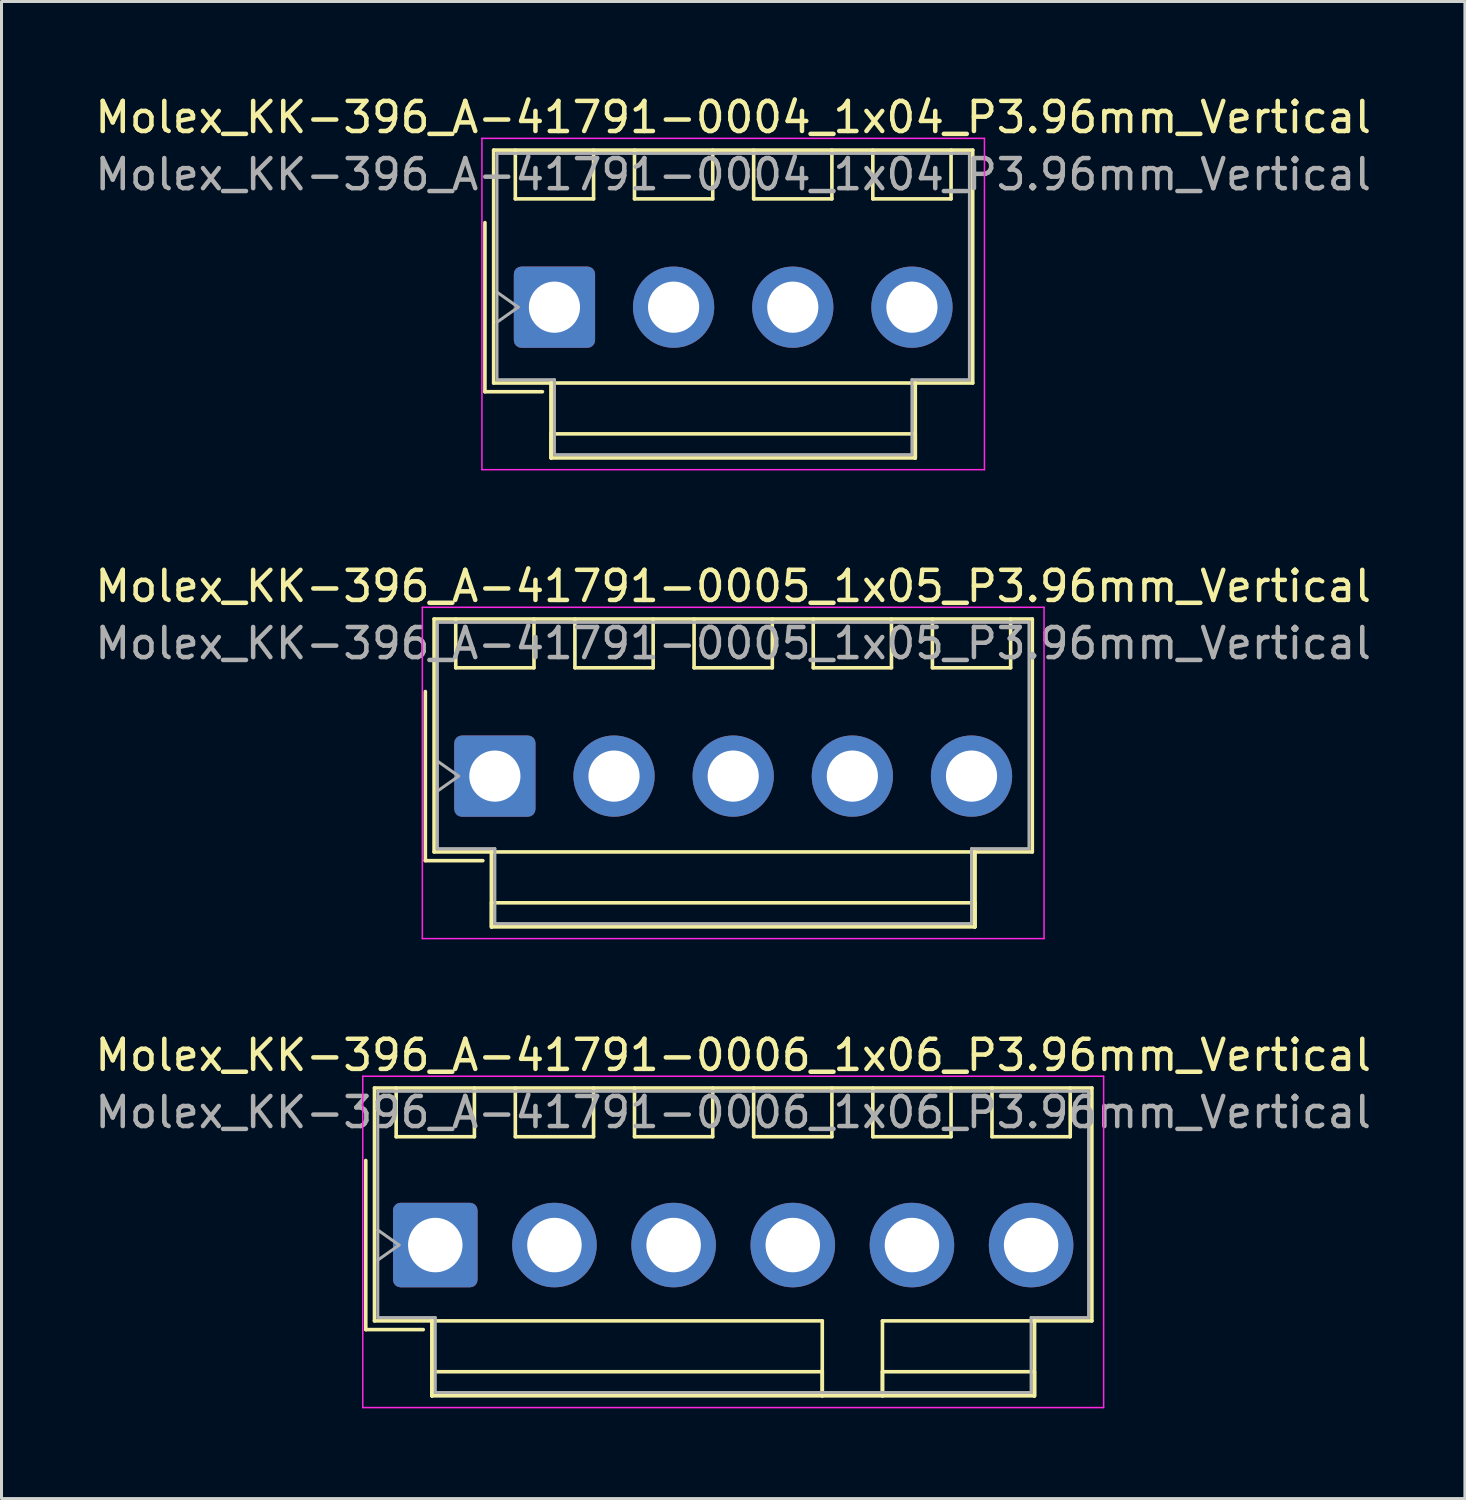
<source format=kicad_pcb>
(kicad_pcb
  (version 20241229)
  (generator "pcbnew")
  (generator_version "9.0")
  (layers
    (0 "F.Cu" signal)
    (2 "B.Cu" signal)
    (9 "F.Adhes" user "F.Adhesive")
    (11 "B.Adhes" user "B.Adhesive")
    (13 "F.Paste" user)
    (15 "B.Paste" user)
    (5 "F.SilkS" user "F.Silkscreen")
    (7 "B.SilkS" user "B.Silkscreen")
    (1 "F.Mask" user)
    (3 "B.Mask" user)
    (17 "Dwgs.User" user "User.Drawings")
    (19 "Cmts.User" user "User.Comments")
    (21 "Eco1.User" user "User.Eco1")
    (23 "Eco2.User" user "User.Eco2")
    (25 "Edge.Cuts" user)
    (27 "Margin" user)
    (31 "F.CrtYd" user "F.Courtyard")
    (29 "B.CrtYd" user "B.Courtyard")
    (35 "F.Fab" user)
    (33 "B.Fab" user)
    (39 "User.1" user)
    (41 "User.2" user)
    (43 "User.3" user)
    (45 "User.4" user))
  (footprint "Molex_KK-396_A-41791-0006_1x06_P3.96mm_Vertical"
    (layer "F.Cu")
    (at 11.415 38.325)
    (property "Reference" "Molex_KK-396_A-41791-0006_1x06_P3.96mm_Vertical" (at 9.9 -6.31 0) (layer "F.SilkS") (effects (font (size 1 1) (thickness 0.15))))
    (attr through_hole)
    (fp_line (start -2.31 -2.81) (end -2.31 2.81) (stroke (width 0.12) (type solid)) (layer "F.SilkS"))
    (fp_line (start -2.31 2.81) (end -0.4 2.81) (stroke (width 0.12) (type solid)) (layer "F.SilkS"))
    (fp_line (start -2.02 -5.22) (end 21.82 -5.22) (stroke (width 0.12) (type solid)) (layer "F.SilkS"))
    (fp_line (start -2.02 2.52) (end -2.02 -5.22) (stroke (width 0.12) (type solid)) (layer "F.SilkS"))
    (fp_line (start -1.3 -5.22) (end -1.3 -3.6) (stroke (width 0.12) (type solid)) (layer "F.SilkS"))
    (fp_line (start -1.3 -3.6) (end 1.3 -3.6) (stroke (width 0.12) (type solid)) (layer "F.SilkS"))
    (fp_line (start -0.11 2.52) (end -2.02 2.52) (stroke (width 0.12) (type solid)) (layer "F.SilkS"))
    (fp_line (start -0.11 2.52) (end 12.86 2.52) (stroke (width 0.12) (type solid)) (layer "F.SilkS"))
    (fp_line (start -0.11 4.21) (end 12.86 4.21) (stroke (width 0.12) (type solid)) (layer "F.SilkS"))
    (fp_line (start -0.11 5.01) (end -0.11 2.52) (stroke (width 0.12) (type solid)) (layer "F.SilkS"))
    (fp_line (start -0.11 5.01) (end -0.11 2.52) (stroke (width 0.12) (type solid)) (layer "F.SilkS"))
    (fp_line (start -0.11 5.01) (end -0.11 4.21) (stroke (width 0.12) (type solid)) (layer "F.SilkS"))
    (fp_line (start 1.3 -3.6) (end 1.3 -5.22) (stroke (width 0.12) (type solid)) (layer "F.SilkS"))
    (fp_line (start 2.66 -5.22) (end 2.66 -3.6) (stroke (width 0.12) (type solid)) (layer "F.SilkS"))
    (fp_line (start 2.66 -3.6) (end 5.26 -3.6) (stroke (width 0.12) (type solid)) (layer "F.SilkS"))
    (fp_line (start 5.26 -3.6) (end 5.26 -5.22) (stroke (width 0.12) (type solid)) (layer "F.SilkS"))
    (fp_line (start 6.62 -5.22) (end 6.62 -3.6) (stroke (width 0.12) (type solid)) (layer "F.SilkS"))
    (fp_line (start 6.62 -3.6) (end 9.22 -3.6) (stroke (width 0.12) (type solid)) (layer "F.SilkS"))
    (fp_line (start 9.22 -3.6) (end 9.22 -5.22) (stroke (width 0.12) (type solid)) (layer "F.SilkS"))
    (fp_line (start 10.58 -5.22) (end 10.58 -3.6) (stroke (width 0.12) (type solid)) (layer "F.SilkS"))
    (fp_line (start 10.58 -3.6) (end 13.18 -3.6) (stroke (width 0.12) (type solid)) (layer "F.SilkS"))
    (fp_line (start 12.86 2.52) (end 12.86 5.01) (stroke (width 0.12) (type solid)) (layer "F.SilkS"))
    (fp_line (start 12.86 4.21) (end 12.86 5.01) (stroke (width 0.12) (type solid)) (layer "F.SilkS"))
    (fp_line (start 13.18 -3.6) (end 13.18 -5.22) (stroke (width 0.12) (type solid)) (layer "F.SilkS"))
    (fp_line (start 14.54 -5.22) (end 14.54 -3.6) (stroke (width 0.12) (type solid)) (layer "F.SilkS"))
    (fp_line (start 14.54 -3.6) (end 17.14 -3.6) (stroke (width 0.12) (type solid)) (layer "F.SilkS"))
    (fp_line (start 14.86 2.52) (end 14.86 5.01) (stroke (width 0.12) (type solid)) (layer "F.SilkS"))
    (fp_line (start 14.86 4.21) (end 14.86 5.01) (stroke (width 0.12) (type solid)) (layer "F.SilkS"))
    (fp_line (start 17.14 -3.6) (end 17.14 -5.22) (stroke (width 0.12) (type solid)) (layer "F.SilkS"))
    (fp_line (start 18.5 -5.22) (end 18.5 -3.6) (stroke (width 0.12) (type solid)) (layer "F.SilkS"))
    (fp_line (start 18.5 -3.6) (end 21.1 -3.6) (stroke (width 0.12) (type solid)) (layer "F.SilkS"))
    (fp_line (start 19.91 2.52) (end 14.86 2.52) (stroke (width 0.12) (type solid)) (layer "F.SilkS"))
    (fp_line (start 19.91 2.52) (end 19.91 5.01) (stroke (width 0.12) (type solid)) (layer "F.SilkS"))
    (fp_line (start 19.91 4.21) (end 14.86 4.21) (stroke (width 0.12) (type solid)) (layer "F.SilkS"))
    (fp_line (start 19.91 5.01) (end -0.11 5.01) (stroke (width 0.12) (type solid)) (layer "F.SilkS"))
    (fp_line (start 19.91 5.01) (end 19.91 2.52) (stroke (width 0.12) (type solid)) (layer "F.SilkS"))
    (fp_line (start 19.91 5.01) (end 19.91 4.21) (stroke (width 0.12) (type solid)) (layer "F.SilkS"))
    (fp_line (start 21.1 -3.6) (end 21.1 -5.22) (stroke (width 0.12) (type solid)) (layer "F.SilkS"))
    (fp_line (start 21.82 -5.22) (end 21.82 2.52) (stroke (width 0.12) (type solid)) (layer "F.SilkS"))
    (fp_line (start 21.82 2.52) (end 19.91 2.52) (stroke (width 0.12) (type solid)) (layer "F.SilkS"))
    (fp_line (start -2.41 -5.61) (end -2.41 5.4) (stroke (width 0.05) (type solid)) (layer "F.CrtYd"))
    (fp_line (start -2.41 5.4) (end 22.21 5.4) (stroke (width 0.05) (type solid)) (layer "F.CrtYd"))
    (fp_line (start 22.21 -5.61) (end -2.41 -5.61) (stroke (width 0.05) (type solid)) (layer "F.CrtYd"))
    (fp_line (start 22.21 5.4) (end 22.21 -5.61) (stroke (width 0.05) (type solid)) (layer "F.CrtYd"))
    (fp_line (start -1.91 -5.11) (end 21.71 -5.11) (stroke (width 0.1) (type solid)) (layer "F.Fab"))
    (fp_line (start -1.91 -0.5) (end -1.203 0) (stroke (width 0.1) (type solid)) (layer "F.Fab"))
    (fp_line (start -1.91 2.41) (end -1.91 -5.11) (stroke (width 0.1) (type solid)) (layer "F.Fab"))
    (fp_line (start -1.203 0) (end -1.91 0.5) (stroke (width 0.1) (type solid)) (layer "F.Fab"))
    (fp_line (start 0 2.41) (end -1.91 2.41) (stroke (width 0.1) (type solid)) (layer "F.Fab"))
    (fp_line (start 0 4.9) (end 0 2.41) (stroke (width 0.1) (type solid)) (layer "F.Fab"))
    (fp_line (start 19.8 2.41) (end 19.8 4.9) (stroke (width 0.1) (type solid)) (layer "F.Fab"))
    (fp_line (start 19.8 4.9) (end 0 4.9) (stroke (width 0.1) (type solid)) (layer "F.Fab"))
    (fp_line (start 21.71 -5.11) (end 21.71 2.41) (stroke (width 0.1) (type solid)) (layer "F.Fab"))
    (fp_line (start 21.71 2.41) (end 19.8 2.41) (stroke (width 0.1) (type solid)) (layer "F.Fab"))
    (fp_text user "${REFERENCE}" (at 9.9 -4.41 0) (layer "F.Fab") (effects (font (size 1 1) (thickness 0.15))))
    (pad "1" thru_hole roundrect (at 0 0) (size 2.81 2.81) (drill 1.81) (layers "*.Cu" "*.Mask") (roundrect_rratio 0.089))
    (pad "2" thru_hole circle (at 3.96 0) (size 2.81 2.81) (drill 1.81) (layers "*.Cu" "*.Mask"))
    (pad "3" thru_hole circle (at 7.92 0) (size 2.81 2.81) (drill 1.81) (layers "*.Cu" "*.Mask"))
    (pad "4" thru_hole circle (at 11.88 0) (size 2.81 2.81) (drill 1.81) (layers "*.Cu" "*.Mask"))
    (pad "5" thru_hole circle (at 15.84 0) (size 2.81 2.81) (drill 1.81) (layers "*.Cu" "*.Mask"))
    (pad "6" thru_hole circle (at 19.8 0) (size 2.81 2.81) (drill 1.81) (layers "*.Cu" "*.Mask")))
  (footprint "Molex_KK-396_A-41791-0004_1x04_P3.96mm_Vertical"
    (layer "F.Cu")
    (at 15.375 7.158)
    (property "Reference" "Molex_KK-396_A-41791-0004_1x04_P3.96mm_Vertical" (at 5.94 -6.31 0) (layer "F.SilkS") (effects (font (size 1 1) (thickness 0.15))))
    (attr through_hole)
    (fp_line (start -2.31 -2.81) (end -2.31 2.81) (stroke (width 0.12) (type solid)) (layer "F.SilkS"))
    (fp_line (start -2.31 2.81) (end -0.4 2.81) (stroke (width 0.12) (type solid)) (layer "F.SilkS"))
    (fp_line (start -2.02 -5.22) (end 13.9 -5.22) (stroke (width 0.12) (type solid)) (layer "F.SilkS"))
    (fp_line (start -2.02 2.52) (end -2.02 -5.22) (stroke (width 0.12) (type solid)) (layer "F.SilkS"))
    (fp_line (start -1.3 -5.22) (end -1.3 -3.6) (stroke (width 0.12) (type solid)) (layer "F.SilkS"))
    (fp_line (start -1.3 -3.6) (end 1.3 -3.6) (stroke (width 0.12) (type solid)) (layer "F.SilkS"))
    (fp_line (start -0.11 2.52) (end -2.02 2.52) (stroke (width 0.12) (type solid)) (layer "F.SilkS"))
    (fp_line (start -0.11 2.52) (end 11.99 2.52) (stroke (width 0.12) (type solid)) (layer "F.SilkS"))
    (fp_line (start -0.11 4.21) (end 11.99 4.21) (stroke (width 0.12) (type solid)) (layer "F.SilkS"))
    (fp_line (start -0.11 5.01) (end -0.11 2.52) (stroke (width 0.12) (type solid)) (layer "F.SilkS"))
    (fp_line (start -0.11 5.01) (end -0.11 2.52) (stroke (width 0.12) (type solid)) (layer "F.SilkS"))
    (fp_line (start -0.11 5.01) (end -0.11 4.21) (stroke (width 0.12) (type solid)) (layer "F.SilkS"))
    (fp_line (start 1.3 -3.6) (end 1.3 -5.22) (stroke (width 0.12) (type solid)) (layer "F.SilkS"))
    (fp_line (start 2.66 -5.22) (end 2.66 -3.6) (stroke (width 0.12) (type solid)) (layer "F.SilkS"))
    (fp_line (start 2.66 -3.6) (end 5.26 -3.6) (stroke (width 0.12) (type solid)) (layer "F.SilkS"))
    (fp_line (start 5.26 -3.6) (end 5.26 -5.22) (stroke (width 0.12) (type solid)) (layer "F.SilkS"))
    (fp_line (start 6.62 -5.22) (end 6.62 -3.6) (stroke (width 0.12) (type solid)) (layer "F.SilkS"))
    (fp_line (start 6.62 -3.6) (end 9.22 -3.6) (stroke (width 0.12) (type solid)) (layer "F.SilkS"))
    (fp_line (start 9.22 -3.6) (end 9.22 -5.22) (stroke (width 0.12) (type solid)) (layer "F.SilkS"))
    (fp_line (start 10.58 -5.22) (end 10.58 -3.6) (stroke (width 0.12) (type solid)) (layer "F.SilkS"))
    (fp_line (start 10.58 -3.6) (end 13.18 -3.6) (stroke (width 0.12) (type solid)) (layer "F.SilkS"))
    (fp_line (start 11.99 2.52) (end 11.99 5.01) (stroke (width 0.12) (type solid)) (layer "F.SilkS"))
    (fp_line (start 11.99 2.52) (end 11.99 5.01) (stroke (width 0.12) (type solid)) (layer "F.SilkS"))
    (fp_line (start 11.99 4.21) (end 11.99 5.01) (stroke (width 0.12) (type solid)) (layer "F.SilkS"))
    (fp_line (start 11.99 5.01) (end -0.11 5.01) (stroke (width 0.12) (type solid)) (layer "F.SilkS"))
    (fp_line (start 13.18 -3.6) (end 13.18 -5.22) (stroke (width 0.12) (type solid)) (layer "F.SilkS"))
    (fp_line (start 13.9 -5.22) (end 13.9 2.52) (stroke (width 0.12) (type solid)) (layer "F.SilkS"))
    (fp_line (start 13.9 2.52) (end 11.99 2.52) (stroke (width 0.12) (type solid)) (layer "F.SilkS"))
    (fp_line (start -2.41 -5.61) (end -2.41 5.4) (stroke (width 0.05) (type solid)) (layer "F.CrtYd"))
    (fp_line (start -2.41 5.4) (end 14.29 5.4) (stroke (width 0.05) (type solid)) (layer "F.CrtYd"))
    (fp_line (start 14.29 -5.61) (end -2.41 -5.61) (stroke (width 0.05) (type solid)) (layer "F.CrtYd"))
    (fp_line (start 14.29 5.4) (end 14.29 -5.61) (stroke (width 0.05) (type solid)) (layer "F.CrtYd"))
    (fp_line (start -1.91 -5.11) (end 13.79 -5.11) (stroke (width 0.1) (type solid)) (layer "F.Fab"))
    (fp_line (start -1.91 -0.5) (end -1.203 0) (stroke (width 0.1) (type solid)) (layer "F.Fab"))
    (fp_line (start -1.91 2.41) (end -1.91 -5.11) (stroke (width 0.1) (type solid)) (layer "F.Fab"))
    (fp_line (start -1.203 0) (end -1.91 0.5) (stroke (width 0.1) (type solid)) (layer "F.Fab"))
    (fp_line (start 0 2.41) (end -1.91 2.41) (stroke (width 0.1) (type solid)) (layer "F.Fab"))
    (fp_line (start 0 4.9) (end 0 2.41) (stroke (width 0.1) (type solid)) (layer "F.Fab"))
    (fp_line (start 11.88 2.41) (end 11.88 4.9) (stroke (width 0.1) (type solid)) (layer "F.Fab"))
    (fp_line (start 11.88 4.9) (end 0 4.9) (stroke (width 0.1) (type solid)) (layer "F.Fab"))
    (fp_line (start 13.79 -5.11) (end 13.79 2.41) (stroke (width 0.1) (type solid)) (layer "F.Fab"))
    (fp_line (start 13.79 2.41) (end 11.88 2.41) (stroke (width 0.1) (type solid)) (layer "F.Fab"))
    (fp_text user "${REFERENCE}" (at 5.94 -4.41 0) (layer "F.Fab") (effects (font (size 1 1) (thickness 0.15))))
    (pad "1" thru_hole roundrect (at 0 0) (size 2.7 2.7) (drill 1.7) (layers "*.Cu" "*.Mask") (roundrect_rratio 0.093))
    (pad "2" thru_hole circle (at 3.96 0) (size 2.7 2.7) (drill 1.7) (layers "*.Cu" "*.Mask"))
    (pad "3" thru_hole circle (at 7.92 0) (size 2.7 2.7) (drill 1.7) (layers "*.Cu" "*.Mask"))
    (pad "4" thru_hole circle (at 11.88 0) (size 2.7 2.7) (drill 1.7) (layers "*.Cu" "*.Mask")))
  (footprint "Molex_KK-396_A-41791-0005_1x05_P3.96mm_Vertical"
    (layer "F.Cu")
    (at 13.395 22.741)
    (property "Reference" "Molex_KK-396_A-41791-0005_1x05_P3.96mm_Vertical" (at 7.92 -6.31 0) (layer "F.SilkS") (effects (font (size 1 1) (thickness 0.15))))
    (attr through_hole)
    (fp_line (start -2.31 -2.81) (end -2.31 2.81) (stroke (width 0.12) (type solid)) (layer "F.SilkS"))
    (fp_line (start -2.31 2.81) (end -0.4 2.81) (stroke (width 0.12) (type solid)) (layer "F.SilkS"))
    (fp_line (start -2.02 -5.22) (end 17.86 -5.22) (stroke (width 0.12) (type solid)) (layer "F.SilkS"))
    (fp_line (start -2.02 2.52) (end -2.02 -5.22) (stroke (width 0.12) (type solid)) (layer "F.SilkS"))
    (fp_line (start -1.3 -5.22) (end -1.3 -3.6) (stroke (width 0.12) (type solid)) (layer "F.SilkS"))
    (fp_line (start -1.3 -3.6) (end 1.3 -3.6) (stroke (width 0.12) (type solid)) (layer "F.SilkS"))
    (fp_line (start -0.11 2.52) (end -2.02 2.52) (stroke (width 0.12) (type solid)) (layer "F.SilkS"))
    (fp_line (start -0.11 2.52) (end 15.95 2.52) (stroke (width 0.12) (type solid)) (layer "F.SilkS"))
    (fp_line (start -0.11 4.21) (end 15.95 4.21) (stroke (width 0.12) (type solid)) (layer "F.SilkS"))
    (fp_line (start -0.11 5.01) (end -0.11 2.52) (stroke (width 0.12) (type solid)) (layer "F.SilkS"))
    (fp_line (start -0.11 5.01) (end -0.11 2.52) (stroke (width 0.12) (type solid)) (layer "F.SilkS"))
    (fp_line (start -0.11 5.01) (end -0.11 4.21) (stroke (width 0.12) (type solid)) (layer "F.SilkS"))
    (fp_line (start 1.3 -3.6) (end 1.3 -5.22) (stroke (width 0.12) (type solid)) (layer "F.SilkS"))
    (fp_line (start 2.66 -5.22) (end 2.66 -3.6) (stroke (width 0.12) (type solid)) (layer "F.SilkS"))
    (fp_line (start 2.66 -3.6) (end 5.26 -3.6) (stroke (width 0.12) (type solid)) (layer "F.SilkS"))
    (fp_line (start 5.26 -3.6) (end 5.26 -5.22) (stroke (width 0.12) (type solid)) (layer "F.SilkS"))
    (fp_line (start 6.62 -5.22) (end 6.62 -3.6) (stroke (width 0.12) (type solid)) (layer "F.SilkS"))
    (fp_line (start 6.62 -3.6) (end 9.22 -3.6) (stroke (width 0.12) (type solid)) (layer "F.SilkS"))
    (fp_line (start 9.22 -3.6) (end 9.22 -5.22) (stroke (width 0.12) (type solid)) (layer "F.SilkS"))
    (fp_line (start 10.58 -5.22) (end 10.58 -3.6) (stroke (width 0.12) (type solid)) (layer "F.SilkS"))
    (fp_line (start 10.58 -3.6) (end 13.18 -3.6) (stroke (width 0.12) (type solid)) (layer "F.SilkS"))
    (fp_line (start 13.18 -3.6) (end 13.18 -5.22) (stroke (width 0.12) (type solid)) (layer "F.SilkS"))
    (fp_line (start 14.54 -5.22) (end 14.54 -3.6) (stroke (width 0.12) (type solid)) (layer "F.SilkS"))
    (fp_line (start 14.54 -3.6) (end 17.14 -3.6) (stroke (width 0.12) (type solid)) (layer "F.SilkS"))
    (fp_line (start 15.95 2.52) (end 15.95 5.01) (stroke (width 0.12) (type solid)) (layer "F.SilkS"))
    (fp_line (start 15.95 2.52) (end 15.95 5.01) (stroke (width 0.12) (type solid)) (layer "F.SilkS"))
    (fp_line (start 15.95 4.21) (end 15.95 5.01) (stroke (width 0.12) (type solid)) (layer "F.SilkS"))
    (fp_line (start 15.95 5.01) (end -0.11 5.01) (stroke (width 0.12) (type solid)) (layer "F.SilkS"))
    (fp_line (start 17.14 -3.6) (end 17.14 -5.22) (stroke (width 0.12) (type solid)) (layer "F.SilkS"))
    (fp_line (start 17.86 -5.22) (end 17.86 2.52) (stroke (width 0.12) (type solid)) (layer "F.SilkS"))
    (fp_line (start 17.86 2.52) (end 15.95 2.52) (stroke (width 0.12) (type solid)) (layer "F.SilkS"))
    (fp_line (start -2.41 -5.61) (end -2.41 5.4) (stroke (width 0.05) (type solid)) (layer "F.CrtYd"))
    (fp_line (start -2.41 5.4) (end 18.25 5.4) (stroke (width 0.05) (type solid)) (layer "F.CrtYd"))
    (fp_line (start 18.25 -5.61) (end -2.41 -5.61) (stroke (width 0.05) (type solid)) (layer "F.CrtYd"))
    (fp_line (start 18.25 5.4) (end 18.25 -5.61) (stroke (width 0.05) (type solid)) (layer "F.CrtYd"))
    (fp_line (start -1.91 -5.11) (end 17.75 -5.11) (stroke (width 0.1) (type solid)) (layer "F.Fab"))
    (fp_line (start -1.91 -0.5) (end -1.203 0) (stroke (width 0.1) (type solid)) (layer "F.Fab"))
    (fp_line (start -1.91 2.41) (end -1.91 -5.11) (stroke (width 0.1) (type solid)) (layer "F.Fab"))
    (fp_line (start -1.203 0) (end -1.91 0.5) (stroke (width 0.1) (type solid)) (layer "F.Fab"))
    (fp_line (start 0 2.41) (end -1.91 2.41) (stroke (width 0.1) (type solid)) (layer "F.Fab"))
    (fp_line (start 0 4.9) (end 0 2.41) (stroke (width 0.1) (type solid)) (layer "F.Fab"))
    (fp_line (start 15.84 2.41) (end 15.84 4.9) (stroke (width 0.1) (type solid)) (layer "F.Fab"))
    (fp_line (start 15.84 4.9) (end 0 4.9) (stroke (width 0.1) (type solid)) (layer "F.Fab"))
    (fp_line (start 17.75 -5.11) (end 17.75 2.41) (stroke (width 0.1) (type solid)) (layer "F.Fab"))
    (fp_line (start 17.75 2.41) (end 15.84 2.41) (stroke (width 0.1) (type solid)) (layer "F.Fab"))
    (fp_text user "${REFERENCE}" (at 7.92 -4.41 0) (layer "F.Fab") (effects (font (size 1 1) (thickness 0.15))))
    (pad "1" thru_hole roundrect (at 0 0) (size 2.7 2.7) (drill 1.7) (layers "*.Cu" "*.Mask") (roundrect_rratio 0.093))
    (pad "2" thru_hole circle (at 3.96 0) (size 2.7 2.7) (drill 1.7) (layers "*.Cu" "*.Mask"))
    (pad "3" thru_hole circle (at 7.92 0) (size 2.7 2.7) (drill 1.7) (layers "*.Cu" "*.Mask"))
    (pad "4" thru_hole circle (at 11.88 0) (size 2.7 2.7) (drill 1.7) (layers "*.Cu" "*.Mask"))
    (pad "5" thru_hole circle (at 15.84 0) (size 2.7 2.7) (drill 1.7) (layers "*.Cu" "*.Mask")))
  (gr_rect
    (start -3 -3)
    (end 45.631 46.75)
    (stroke (width 0.1) (type default))
    (fill no)
    (layer "Edge.Cuts")))
</source>
